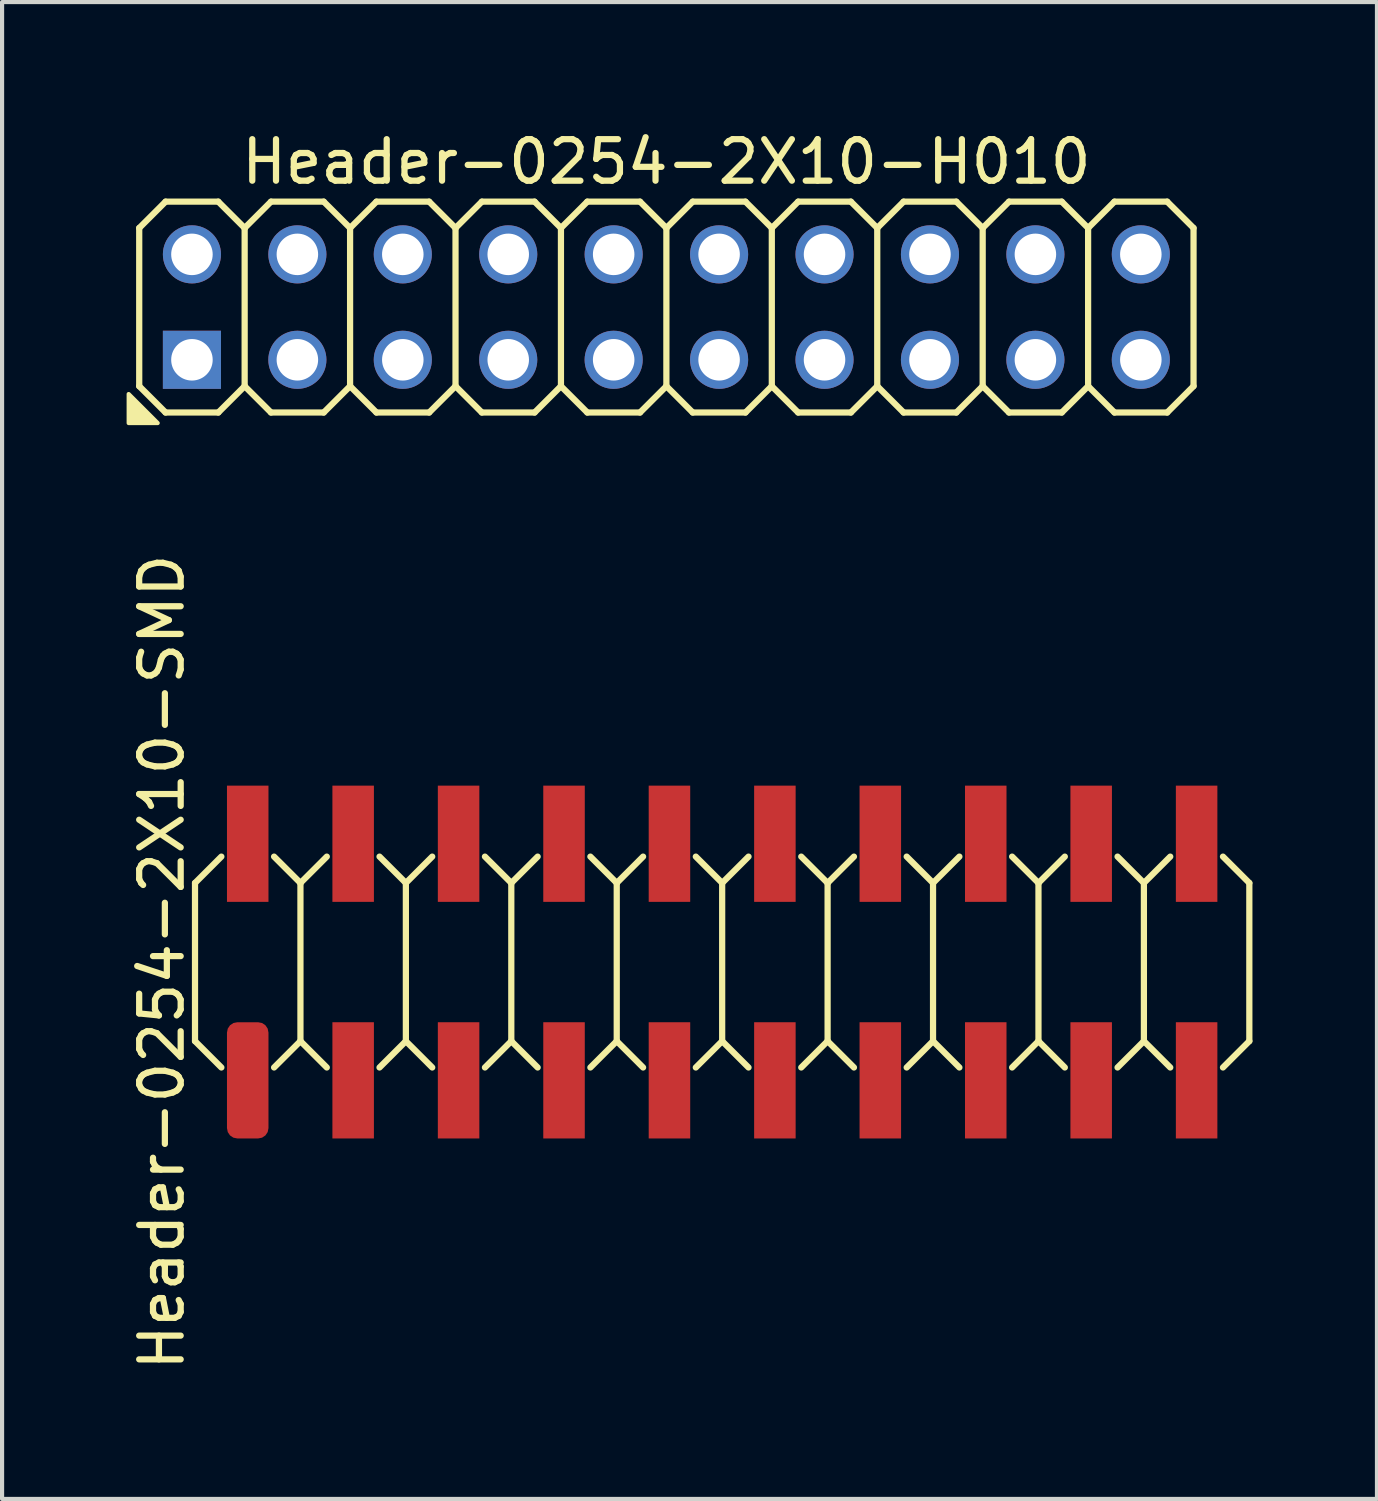
<source format=kicad_pcb>
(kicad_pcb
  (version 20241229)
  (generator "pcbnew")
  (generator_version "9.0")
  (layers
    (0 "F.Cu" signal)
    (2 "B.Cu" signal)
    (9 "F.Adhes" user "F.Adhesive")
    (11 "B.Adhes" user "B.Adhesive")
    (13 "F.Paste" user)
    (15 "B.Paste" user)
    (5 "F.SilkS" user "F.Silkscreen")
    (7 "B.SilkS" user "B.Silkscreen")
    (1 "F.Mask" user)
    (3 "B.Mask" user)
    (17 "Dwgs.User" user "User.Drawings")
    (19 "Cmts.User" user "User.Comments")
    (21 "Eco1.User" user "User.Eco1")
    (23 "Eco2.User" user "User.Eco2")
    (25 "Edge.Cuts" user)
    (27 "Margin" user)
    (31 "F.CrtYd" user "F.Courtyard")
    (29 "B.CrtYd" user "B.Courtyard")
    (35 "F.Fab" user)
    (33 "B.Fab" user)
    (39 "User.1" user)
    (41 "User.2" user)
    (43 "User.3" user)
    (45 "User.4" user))
  (footprint "Header-0254-2X10-H010"
    (layer "F.Cu")
    (at 13.004 4.348)
    (property "Reference" "Header-0254-2X10-H010" (at 0 -3.5 0) (layer "F.SilkS") (effects (font (size 1 1) (thickness 0.15))))
    (attr through_hole exclude_from_pos_files exclude_from_bom)
    (fp_line (start -12.7 -1.905) (end -12.065 -2.54) (stroke (width 0.15) (type solid)) (layer "F.SilkS"))
    (fp_line (start -12.7 1.905) (end -12.7 -1.905) (stroke (width 0.15) (type solid)) (layer "F.SilkS"))
    (fp_line (start -12.7 1.905) (end -12.065 2.54) (stroke (width 0.15) (type solid)) (layer "F.SilkS"))
    (fp_line (start -12.065 -2.54) (end -10.795 -2.54) (stroke (width 0.15) (type solid)) (layer "F.SilkS"))
    (fp_line (start -12.065 2.54) (end -10.795 2.54) (stroke (width 0.15) (type solid)) (layer "F.SilkS"))
    (fp_line (start -10.795 -2.54) (end -10.16 -1.905) (stroke (width 0.15) (type solid)) (layer "F.SilkS"))
    (fp_line (start -10.795 2.54) (end -10.16 1.905) (stroke (width 0.15) (type solid)) (layer "F.SilkS"))
    (fp_line (start -10.16 -1.905) (end -10.16 1.905) (stroke (width 0.15) (type solid)) (layer "F.SilkS"))
    (fp_line (start -10.16 -1.905) (end -9.525 -2.54) (stroke (width 0.15) (type solid)) (layer "F.SilkS"))
    (fp_line (start -10.16 1.905) (end -9.525 2.54) (stroke (width 0.15) (type solid)) (layer "F.SilkS"))
    (fp_line (start -9.525 -2.54) (end -8.255 -2.54) (stroke (width 0.15) (type solid)) (layer "F.SilkS"))
    (fp_line (start -9.525 2.54) (end -8.255 2.54) (stroke (width 0.15) (type solid)) (layer "F.SilkS"))
    (fp_line (start -8.255 -2.54) (end -7.62 -1.905) (stroke (width 0.15) (type solid)) (layer "F.SilkS"))
    (fp_line (start -8.255 2.54) (end -7.62 1.905) (stroke (width 0.15) (type solid)) (layer "F.SilkS"))
    (fp_line (start -7.62 -1.905) (end -7.62 1.905) (stroke (width 0.15) (type solid)) (layer "F.SilkS"))
    (fp_line (start -7.62 -1.905) (end -6.985 -2.54) (stroke (width 0.15) (type solid)) (layer "F.SilkS"))
    (fp_line (start -7.62 1.905) (end -6.985 2.54) (stroke (width 0.15) (type solid)) (layer "F.SilkS"))
    (fp_line (start -6.985 -2.54) (end -5.715 -2.54) (stroke (width 0.15) (type solid)) (layer "F.SilkS"))
    (fp_line (start -6.985 2.54) (end -5.715 2.54) (stroke (width 0.15) (type solid)) (layer "F.SilkS"))
    (fp_line (start -5.715 -2.54) (end -5.08 -1.905) (stroke (width 0.15) (type solid)) (layer "F.SilkS"))
    (fp_line (start -5.715 2.54) (end -5.08 1.905) (stroke (width 0.15) (type solid)) (layer "F.SilkS"))
    (fp_line (start -5.08 -1.905) (end -5.08 1.905) (stroke (width 0.15) (type solid)) (layer "F.SilkS"))
    (fp_line (start -5.08 -1.905) (end -4.445 -2.54) (stroke (width 0.15) (type solid)) (layer "F.SilkS"))
    (fp_line (start -5.08 1.905) (end -4.445 2.54) (stroke (width 0.15) (type solid)) (layer "F.SilkS"))
    (fp_line (start -4.445 -2.54) (end -3.175 -2.54) (stroke (width 0.15) (type solid)) (layer "F.SilkS"))
    (fp_line (start -4.445 2.54) (end -3.175 2.54) (stroke (width 0.15) (type solid)) (layer "F.SilkS"))
    (fp_line (start -3.175 -2.54) (end -2.54 -1.905) (stroke (width 0.15) (type solid)) (layer "F.SilkS"))
    (fp_line (start -3.175 2.54) (end -2.54 1.905) (stroke (width 0.15) (type solid)) (layer "F.SilkS"))
    (fp_line (start -2.54 -1.905) (end -2.54 1.905) (stroke (width 0.15) (type solid)) (layer "F.SilkS"))
    (fp_line (start -2.54 -1.905) (end -1.905 -2.54) (stroke (width 0.15) (type solid)) (layer "F.SilkS"))
    (fp_line (start -2.54 1.905) (end -1.905 2.54) (stroke (width 0.15) (type solid)) (layer "F.SilkS"))
    (fp_line (start -1.905 -2.54) (end -0.635 -2.54) (stroke (width 0.15) (type solid)) (layer "F.SilkS"))
    (fp_line (start -1.905 2.54) (end -0.635 2.54) (stroke (width 0.15) (type solid)) (layer "F.SilkS"))
    (fp_line (start -0.635 -2.54) (end 0 -1.905) (stroke (width 0.15) (type solid)) (layer "F.SilkS"))
    (fp_line (start -0.635 2.54) (end 0 1.905) (stroke (width 0.15) (type solid)) (layer "F.SilkS"))
    (fp_line (start 0 -1.905) (end 0 1.905) (stroke (width 0.15) (type solid)) (layer "F.SilkS"))
    (fp_line (start 0 -1.905) (end 0.635 -2.54) (stroke (width 0.15) (type solid)) (layer "F.SilkS"))
    (fp_line (start 0 1.905) (end 0.635 2.54) (stroke (width 0.15) (type solid)) (layer "F.SilkS"))
    (fp_line (start 0.635 -2.54) (end 1.905 -2.54) (stroke (width 0.15) (type solid)) (layer "F.SilkS"))
    (fp_line (start 0.635 2.54) (end 1.905 2.54) (stroke (width 0.15) (type solid)) (layer "F.SilkS"))
    (fp_line (start 1.905 -2.54) (end 2.54 -1.905) (stroke (width 0.15) (type solid)) (layer "F.SilkS"))
    (fp_line (start 1.905 2.54) (end 2.54 1.905) (stroke (width 0.15) (type solid)) (layer "F.SilkS"))
    (fp_line (start 2.54 -1.905) (end 2.54 1.905) (stroke (width 0.15) (type solid)) (layer "F.SilkS"))
    (fp_line (start 2.54 -1.905) (end 3.175 -2.54) (stroke (width 0.15) (type solid)) (layer "F.SilkS"))
    (fp_line (start 2.54 1.905) (end 3.175 2.54) (stroke (width 0.15) (type solid)) (layer "F.SilkS"))
    (fp_line (start 3.175 -2.54) (end 4.445 -2.54) (stroke (width 0.15) (type solid)) (layer "F.SilkS"))
    (fp_line (start 3.175 2.54) (end 4.445 2.54) (stroke (width 0.15) (type solid)) (layer "F.SilkS"))
    (fp_line (start 4.445 -2.54) (end 5.08 -1.905) (stroke (width 0.15) (type solid)) (layer "F.SilkS"))
    (fp_line (start 5.08 -1.905) (end 5.08 1.905) (stroke (width 0.15) (type solid)) (layer "F.SilkS"))
    (fp_line (start 5.08 -1.905) (end 5.715 -2.54) (stroke (width 0.15) (type solid)) (layer "F.SilkS"))
    (fp_line (start 5.08 1.905) (end 4.445 2.54) (stroke (width 0.15) (type solid)) (layer "F.SilkS"))
    (fp_line (start 5.08 1.905) (end 5.715 2.54) (stroke (width 0.15) (type solid)) (layer "F.SilkS"))
    (fp_line (start 5.715 -2.54) (end 6.985 -2.54) (stroke (width 0.15) (type solid)) (layer "F.SilkS"))
    (fp_line (start 5.715 2.54) (end 6.985 2.54) (stroke (width 0.15) (type solid)) (layer "F.SilkS"))
    (fp_line (start 6.985 -2.54) (end 7.62 -1.905) (stroke (width 0.15) (type solid)) (layer "F.SilkS"))
    (fp_line (start 7.62 -1.905) (end 7.62 1.905) (stroke (width 0.15) (type solid)) (layer "F.SilkS"))
    (fp_line (start 7.62 -1.905) (end 8.255 -2.54) (stroke (width 0.15) (type solid)) (layer "F.SilkS"))
    (fp_line (start 7.62 1.905) (end 6.985 2.54) (stroke (width 0.15) (type solid)) (layer "F.SilkS"))
    (fp_line (start 7.62 1.905) (end 8.255 2.54) (stroke (width 0.15) (type solid)) (layer "F.SilkS"))
    (fp_line (start 8.255 -2.54) (end 9.525 -2.54) (stroke (width 0.15) (type solid)) (layer "F.SilkS"))
    (fp_line (start 8.255 2.54) (end 9.525 2.54) (stroke (width 0.15) (type solid)) (layer "F.SilkS"))
    (fp_line (start 9.525 -2.54) (end 10.16 -1.905) (stroke (width 0.15) (type solid)) (layer "F.SilkS"))
    (fp_line (start 10.16 -1.905) (end 10.16 1.905) (stroke (width 0.15) (type solid)) (layer "F.SilkS"))
    (fp_line (start 10.16 -1.905) (end 10.795 -2.54) (stroke (width 0.15) (type solid)) (layer "F.SilkS"))
    (fp_line (start 10.16 1.905) (end 9.525 2.54) (stroke (width 0.15) (type solid)) (layer "F.SilkS"))
    (fp_line (start 10.16 1.905) (end 10.795 2.54) (stroke (width 0.15) (type solid)) (layer "F.SilkS"))
    (fp_line (start 10.795 -2.54) (end 12.065 -2.54) (stroke (width 0.15) (type solid)) (layer "F.SilkS"))
    (fp_line (start 10.795 2.54) (end 12.065 2.54) (stroke (width 0.15) (type solid)) (layer "F.SilkS"))
    (fp_line (start 12.065 -2.54) (end 12.7 -1.905) (stroke (width 0.15) (type solid)) (layer "F.SilkS"))
    (fp_line (start 12.7 -1.905) (end 12.7 1.905) (stroke (width 0.15) (type solid)) (layer "F.SilkS"))
    (fp_line (start 12.7 1.905) (end 12.065 2.54) (stroke (width 0.15) (type solid)) (layer "F.SilkS"))
    (fp_poly (pts (xy -12.954 2.095) (xy -12.954 2.794) (xy -12.255 2.794)) (stroke (width 0.1) (type solid)) (fill yes) (layer "F.SilkS"))
    (pad "1" thru_hole rect (at -11.43 1.27) (size 1.4 1.4) (drill 1) (layers "*.Cu" "*.Mask"))
    (pad "2" thru_hole circle (at -11.43 -1.27) (size 1.4 1.4) (drill 1) (layers "*.Cu" "*.Mask"))
    (pad "3" thru_hole circle (at -8.89 1.27) (size 1.4 1.4) (drill 1) (layers "*.Cu" "*.Mask"))
    (pad "4" thru_hole circle (at -8.89 -1.27) (size 1.4 1.4) (drill 1) (layers "*.Cu" "*.Mask"))
    (pad "5" thru_hole circle (at -6.35 1.27) (size 1.4 1.4) (drill 1) (layers "*.Cu" "*.Mask"))
    (pad "6" thru_hole circle (at -6.35 -1.27) (size 1.4 1.4) (drill 1) (layers "*.Cu" "*.Mask"))
    (pad "7" thru_hole circle (at -3.81 1.27) (size 1.4 1.4) (drill 1) (layers "*.Cu" "*.Mask"))
    (pad "8" thru_hole circle (at -3.81 -1.27) (size 1.4 1.4) (drill 1) (layers "*.Cu" "*.Mask"))
    (pad "9" thru_hole circle (at -1.27 1.27) (size 1.4 1.4) (drill 1) (layers "*.Cu" "*.Mask"))
    (pad "10" thru_hole circle (at -1.27 -1.27) (size 1.4 1.4) (drill 1) (layers "*.Cu" "*.Mask"))
    (pad "11" thru_hole circle (at 1.27 1.27) (size 1.4 1.4) (drill 1) (layers "*.Cu" "*.Mask"))
    (pad "12" thru_hole circle (at 1.27 -1.27) (size 1.4 1.4) (drill 1) (layers "*.Cu" "*.Mask"))
    (pad "13" thru_hole circle (at 3.81 1.27) (size 1.4 1.4) (drill 1) (layers "*.Cu" "*.Mask"))
    (pad "14" thru_hole circle (at 3.81 -1.27) (size 1.4 1.4) (drill 1) (layers "*.Cu" "*.Mask"))
    (pad "15" thru_hole circle (at 6.35 1.27) (size 1.4 1.4) (drill 1) (layers "*.Cu" "*.Mask"))
    (pad "16" thru_hole circle (at 6.35 -1.27) (size 1.4 1.4) (drill 1) (layers "*.Cu" "*.Mask"))
    (pad "17" thru_hole circle (at 8.89 1.27) (size 1.4 1.4) (drill 1) (layers "*.Cu" "*.Mask"))
    (pad "18" thru_hole circle (at 8.89 -1.27) (size 1.4 1.4) (drill 1) (layers "*.Cu" "*.Mask"))
    (pad "19" thru_hole circle (at 11.43 1.27) (size 1.4 1.4) (drill 1) (layers "*.Cu" "*.Mask"))
    (pad "20" thru_hole circle (at 11.43 -1.27) (size 1.4 1.4) (drill 1) (layers "*.Cu" "*.Mask")))
  (footprint "Header-0254-2X10-SMD"
    (layer "F.Cu")
    (at 14.348 20.127)
    (property "Reference" "Header-0254-2X10-SMD" (at -13.5 0 90) (layer "F.SilkS") (effects (font (size 1 1) (thickness 0.15))))
    (attr exclude_from_pos_files exclude_from_bom)
    (fp_line (start -12.7 -1.905) (end -12.065 -2.54) (stroke (width 0.15) (type solid)) (layer "F.SilkS"))
    (fp_line (start -12.7 1.905) (end -12.7 -1.905) (stroke (width 0.15) (type solid)) (layer "F.SilkS"))
    (fp_line (start -12.7 1.905) (end -12.065 2.54) (stroke (width 0.15) (type solid)) (layer "F.SilkS"))
    (fp_line (start -10.795 -2.54) (end -10.16 -1.905) (stroke (width 0.15) (type solid)) (layer "F.SilkS"))
    (fp_line (start -10.795 2.54) (end -10.16 1.905) (stroke (width 0.15) (type solid)) (layer "F.SilkS"))
    (fp_line (start -10.16 -1.905) (end -10.16 1.905) (stroke (width 0.15) (type solid)) (layer "F.SilkS"))
    (fp_line (start -10.16 -1.905) (end -9.525 -2.54) (stroke (width 0.15) (type solid)) (layer "F.SilkS"))
    (fp_line (start -10.16 1.905) (end -9.525 2.54) (stroke (width 0.15) (type solid)) (layer "F.SilkS"))
    (fp_line (start -8.255 -2.54) (end -7.62 -1.905) (stroke (width 0.15) (type solid)) (layer "F.SilkS"))
    (fp_line (start -8.255 2.54) (end -7.62 1.905) (stroke (width 0.15) (type solid)) (layer "F.SilkS"))
    (fp_line (start -7.62 -1.905) (end -7.62 1.905) (stroke (width 0.15) (type solid)) (layer "F.SilkS"))
    (fp_line (start -7.62 -1.905) (end -6.985 -2.54) (stroke (width 0.15) (type solid)) (layer "F.SilkS"))
    (fp_line (start -7.62 1.905) (end -6.985 2.54) (stroke (width 0.15) (type solid)) (layer "F.SilkS"))
    (fp_line (start -5.715 -2.54) (end -5.08 -1.905) (stroke (width 0.15) (type solid)) (layer "F.SilkS"))
    (fp_line (start -5.715 2.54) (end -5.08 1.905) (stroke (width 0.15) (type solid)) (layer "F.SilkS"))
    (fp_line (start -5.08 -1.905) (end -5.08 1.905) (stroke (width 0.15) (type solid)) (layer "F.SilkS"))
    (fp_line (start -5.08 -1.905) (end -4.445 -2.54) (stroke (width 0.15) (type solid)) (layer "F.SilkS"))
    (fp_line (start -5.08 1.905) (end -4.445 2.54) (stroke (width 0.15) (type solid)) (layer "F.SilkS"))
    (fp_line (start -3.175 -2.54) (end -2.54 -1.905) (stroke (width 0.15) (type solid)) (layer "F.SilkS"))
    (fp_line (start -3.175 2.54) (end -2.54 1.905) (stroke (width 0.15) (type solid)) (layer "F.SilkS"))
    (fp_line (start -2.54 -1.905) (end -2.54 1.905) (stroke (width 0.15) (type solid)) (layer "F.SilkS"))
    (fp_line (start -2.54 -1.905) (end -1.905 -2.54) (stroke (width 0.15) (type solid)) (layer "F.SilkS"))
    (fp_line (start -2.54 1.905) (end -1.905 2.54) (stroke (width 0.15) (type solid)) (layer "F.SilkS"))
    (fp_line (start -0.635 -2.54) (end 0 -1.905) (stroke (width 0.15) (type solid)) (layer "F.SilkS"))
    (fp_line (start -0.635 2.54) (end 0 1.905) (stroke (width 0.15) (type solid)) (layer "F.SilkS"))
    (fp_line (start 0 -1.905) (end 0 1.905) (stroke (width 0.15) (type solid)) (layer "F.SilkS"))
    (fp_line (start 0 -1.905) (end 0.635 -2.54) (stroke (width 0.15) (type solid)) (layer "F.SilkS"))
    (fp_line (start 0 1.905) (end 0.635 2.54) (stroke (width 0.15) (type solid)) (layer "F.SilkS"))
    (fp_line (start 1.905 -2.54) (end 2.54 -1.905) (stroke (width 0.15) (type solid)) (layer "F.SilkS"))
    (fp_line (start 1.905 2.54) (end 2.54 1.905) (stroke (width 0.15) (type solid)) (layer "F.SilkS"))
    (fp_line (start 2.54 -1.905) (end 2.54 1.905) (stroke (width 0.15) (type solid)) (layer "F.SilkS"))
    (fp_line (start 2.54 -1.905) (end 3.175 -2.54) (stroke (width 0.15) (type solid)) (layer "F.SilkS"))
    (fp_line (start 2.54 1.905) (end 3.175 2.54) (stroke (width 0.15) (type solid)) (layer "F.SilkS"))
    (fp_line (start 4.445 -2.54) (end 5.08 -1.905) (stroke (width 0.15) (type solid)) (layer "F.SilkS"))
    (fp_line (start 5.08 -1.905) (end 5.08 1.905) (stroke (width 0.15) (type solid)) (layer "F.SilkS"))
    (fp_line (start 5.08 -1.905) (end 5.715 -2.54) (stroke (width 0.15) (type solid)) (layer "F.SilkS"))
    (fp_line (start 5.08 1.905) (end 4.445 2.54) (stroke (width 0.15) (type solid)) (layer "F.SilkS"))
    (fp_line (start 5.08 1.905) (end 5.715 2.54) (stroke (width 0.15) (type solid)) (layer "F.SilkS"))
    (fp_line (start 6.985 -2.54) (end 7.62 -1.905) (stroke (width 0.15) (type solid)) (layer "F.SilkS"))
    (fp_line (start 7.62 -1.905) (end 7.62 1.905) (stroke (width 0.15) (type solid)) (layer "F.SilkS"))
    (fp_line (start 7.62 -1.905) (end 8.255 -2.54) (stroke (width 0.15) (type solid)) (layer "F.SilkS"))
    (fp_line (start 7.62 1.905) (end 6.985 2.54) (stroke (width 0.15) (type solid)) (layer "F.SilkS"))
    (fp_line (start 7.62 1.905) (end 8.255 2.54) (stroke (width 0.15) (type solid)) (layer "F.SilkS"))
    (fp_line (start 9.525 -2.54) (end 10.16 -1.905) (stroke (width 0.15) (type solid)) (layer "F.SilkS"))
    (fp_line (start 10.16 -1.905) (end 10.16 1.905) (stroke (width 0.15) (type solid)) (layer "F.SilkS"))
    (fp_line (start 10.16 -1.905) (end 10.795 -2.54) (stroke (width 0.15) (type solid)) (layer "F.SilkS"))
    (fp_line (start 10.16 1.905) (end 9.525 2.54) (stroke (width 0.15) (type solid)) (layer "F.SilkS"))
    (fp_line (start 10.16 1.905) (end 10.795 2.54) (stroke (width 0.15) (type solid)) (layer "F.SilkS"))
    (fp_line (start 12.065 -2.54) (end 12.7 -1.905) (stroke (width 0.15) (type solid)) (layer "F.SilkS"))
    (fp_line (start 12.7 -1.905) (end 12.7 1.905) (stroke (width 0.15) (type solid)) (layer "F.SilkS"))
    (fp_line (start 12.7 1.905) (end 12.065 2.54) (stroke (width 0.15) (type solid)) (layer "F.SilkS"))
    (pad "1" smd roundrect (at -11.43 2.85) (size 1 2.8) (layers "F.Cu" "F.Mask" "F.Paste") (roundrect_rratio 0.25))
    (pad "2" smd rect (at -11.43 -2.85) (size 1 2.8) (layers "F.Cu" "F.Mask" "F.Paste"))
    (pad "3" smd rect (at -8.89 2.85) (size 1 2.8) (layers "F.Cu" "F.Mask" "F.Paste"))
    (pad "4" smd rect (at -8.89 -2.85) (size 1 2.8) (layers "F.Cu" "F.Mask" "F.Paste"))
    (pad "5" smd rect (at -6.35 2.85) (size 1 2.8) (layers "F.Cu" "F.Mask" "F.Paste"))
    (pad "6" smd rect (at -6.35 -2.85) (size 1 2.8) (layers "F.Cu" "F.Mask" "F.Paste"))
    (pad "7" smd rect (at -3.81 2.85) (size 1 2.8) (layers "F.Cu" "F.Mask" "F.Paste"))
    (pad "8" smd rect (at -3.81 -2.85) (size 1 2.8) (layers "F.Cu" "F.Mask" "F.Paste"))
    (pad "9" smd rect (at -1.27 2.85) (size 1 2.8) (layers "F.Cu" "F.Mask" "F.Paste"))
    (pad "10" smd rect (at -1.27 -2.85) (size 1 2.8) (layers "F.Cu" "F.Mask" "F.Paste"))
    (pad "11" smd rect (at 1.27 2.85) (size 1 2.8) (layers "F.Cu" "F.Mask" "F.Paste"))
    (pad "12" smd rect (at 1.27 -2.85) (size 1 2.8) (layers "F.Cu" "F.Mask" "F.Paste"))
    (pad "13" smd rect (at 3.81 2.85) (size 1 2.8) (layers "F.Cu" "F.Mask" "F.Paste"))
    (pad "14" smd rect (at 3.81 -2.85) (size 1 2.8) (layers "F.Cu" "F.Mask" "F.Paste"))
    (pad "15" smd rect (at 6.35 2.85) (size 1 2.8) (layers "F.Cu" "F.Mask" "F.Paste"))
    (pad "16" smd rect (at 6.35 -2.85) (size 1 2.8) (layers "F.Cu" "F.Mask" "F.Paste"))
    (pad "17" smd rect (at 8.89 2.85) (size 1 2.8) (layers "F.Cu" "F.Mask" "F.Paste"))
    (pad "18" smd rect (at 8.89 -2.85) (size 1 2.8) (layers "F.Cu" "F.Mask" "F.Paste"))
    (pad "19" smd rect (at 11.43 2.85) (size 1 2.8) (layers "F.Cu" "F.Mask" "F.Paste"))
    (pad "20" smd rect (at 11.43 -2.85) (size 1 2.8) (layers "F.Cu" "F.Mask" "F.Paste")))
  (gr_rect
    (start -3 -3)
    (end 30.123 33.061)
    (stroke (width 0.1) (type default))
    (fill no)
    (layer "Edge.Cuts")))
</source>
